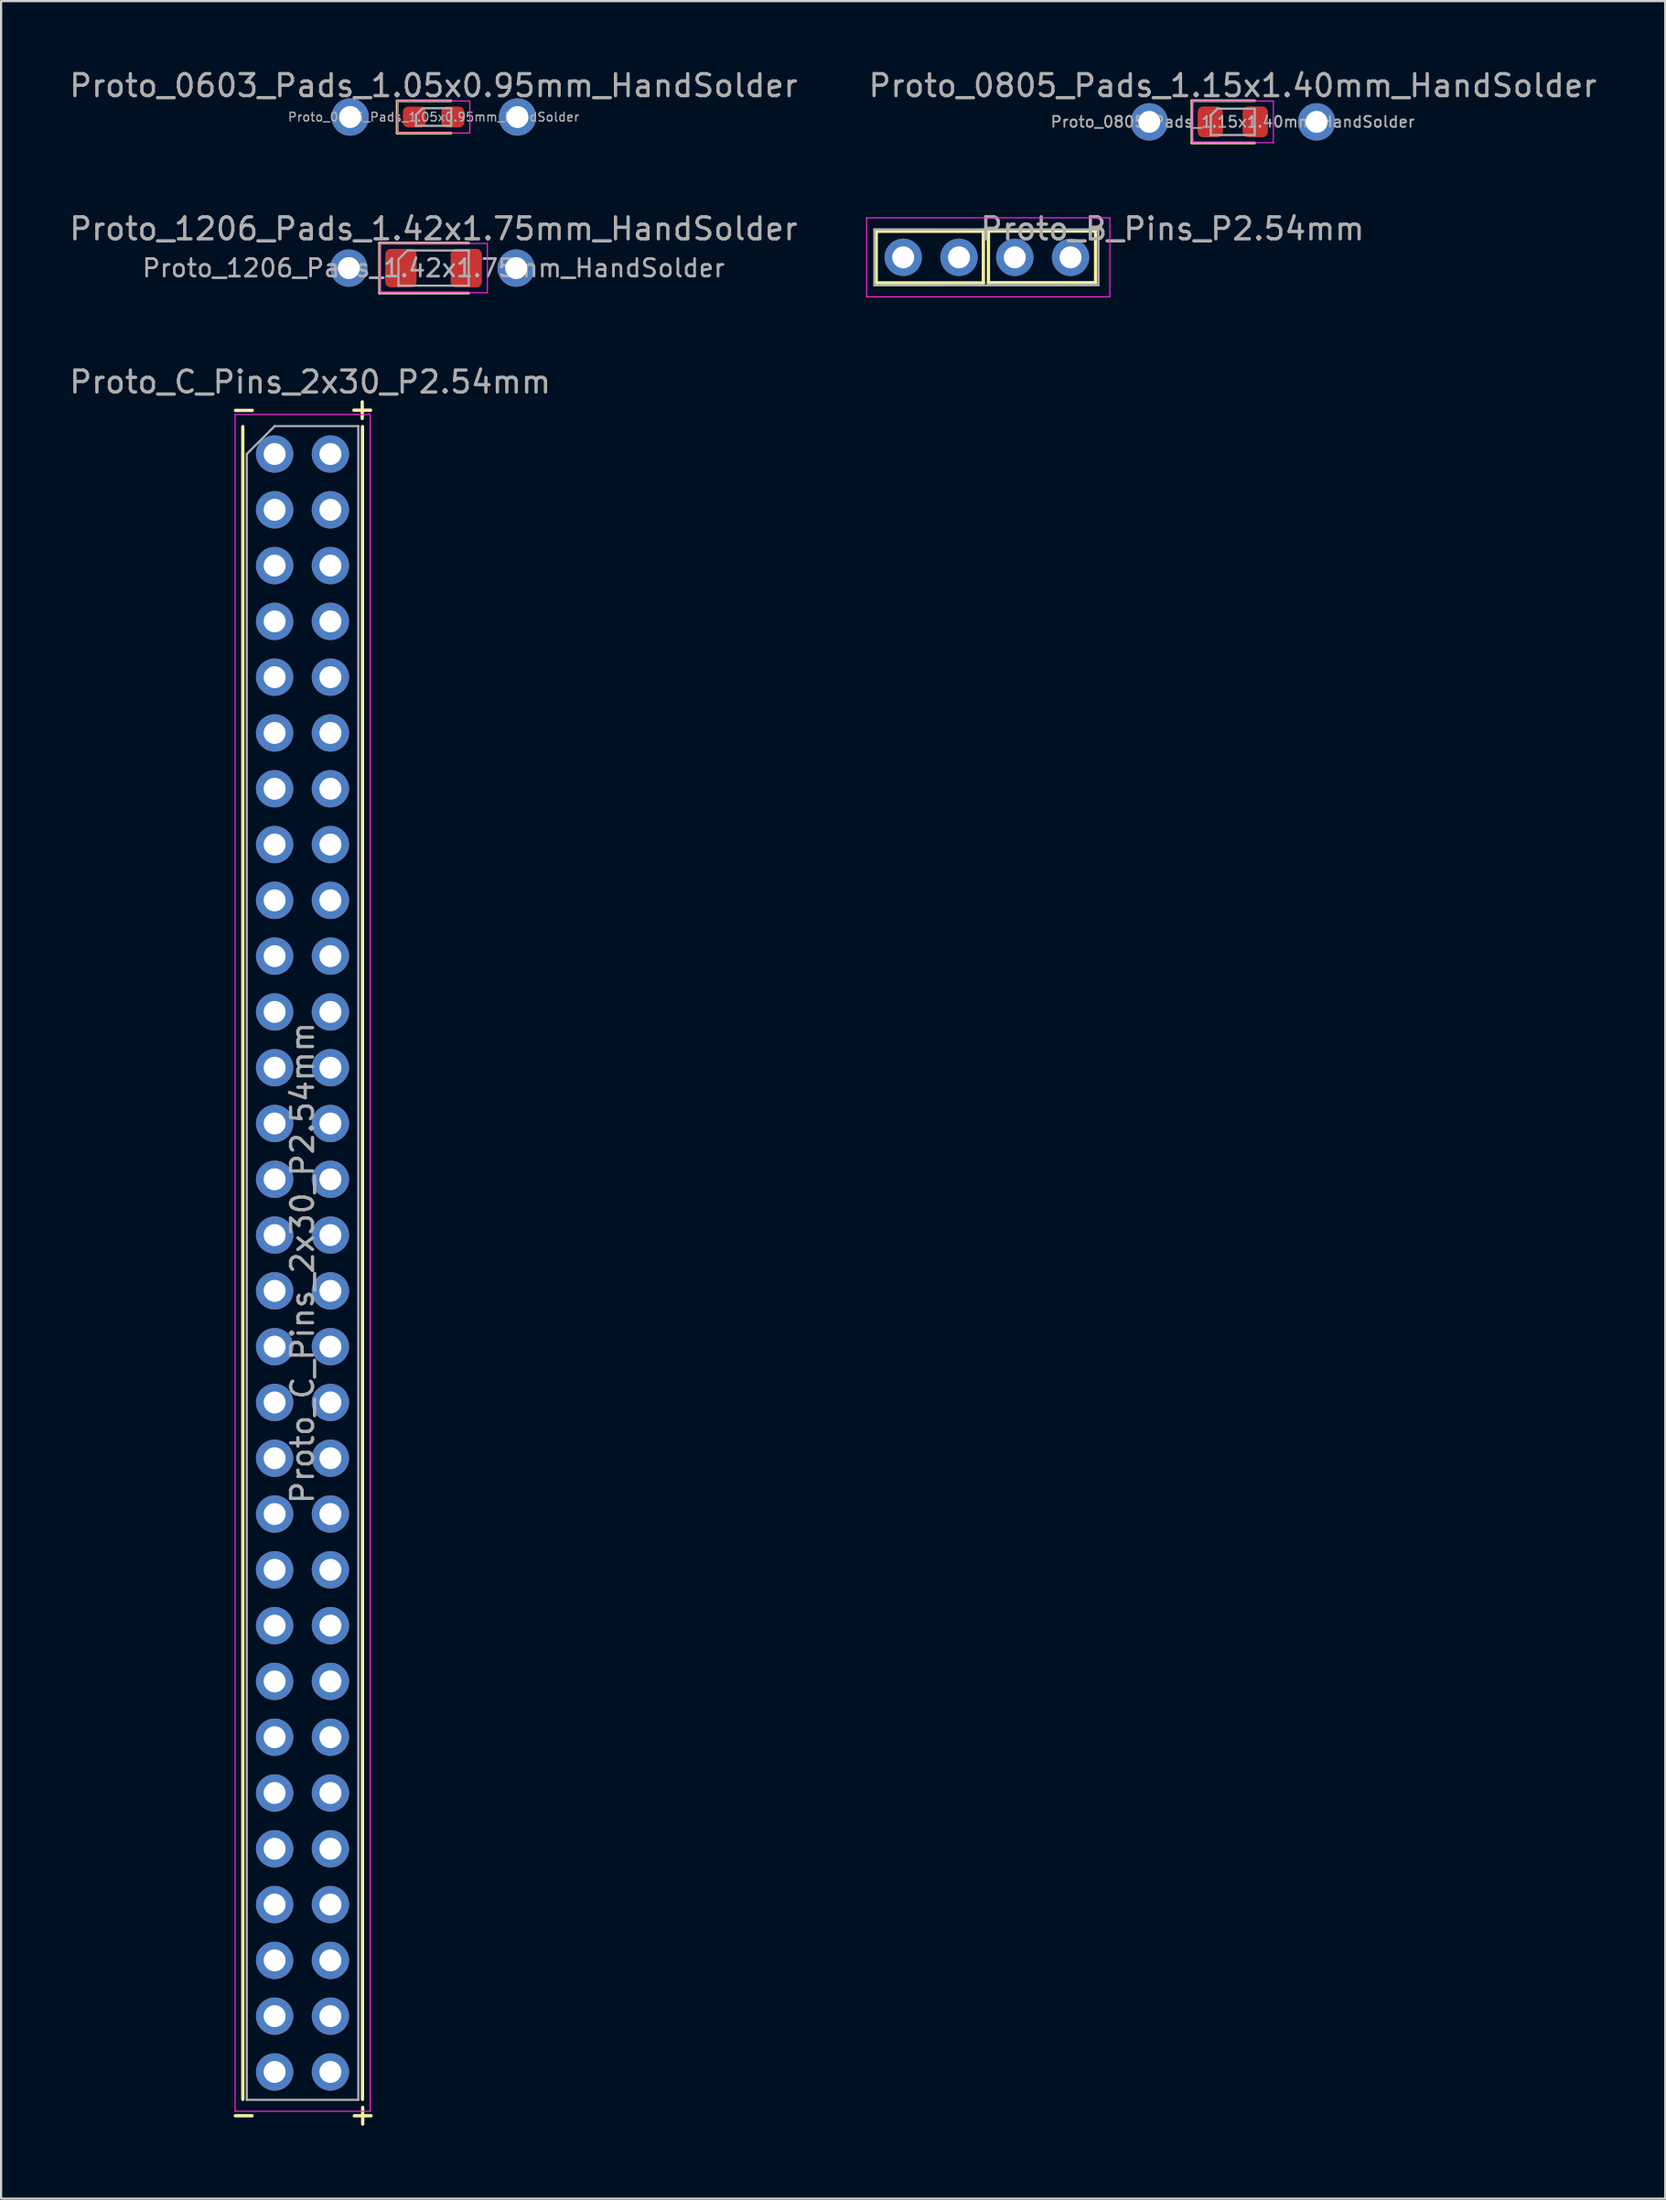
<source format=kicad_pcb>
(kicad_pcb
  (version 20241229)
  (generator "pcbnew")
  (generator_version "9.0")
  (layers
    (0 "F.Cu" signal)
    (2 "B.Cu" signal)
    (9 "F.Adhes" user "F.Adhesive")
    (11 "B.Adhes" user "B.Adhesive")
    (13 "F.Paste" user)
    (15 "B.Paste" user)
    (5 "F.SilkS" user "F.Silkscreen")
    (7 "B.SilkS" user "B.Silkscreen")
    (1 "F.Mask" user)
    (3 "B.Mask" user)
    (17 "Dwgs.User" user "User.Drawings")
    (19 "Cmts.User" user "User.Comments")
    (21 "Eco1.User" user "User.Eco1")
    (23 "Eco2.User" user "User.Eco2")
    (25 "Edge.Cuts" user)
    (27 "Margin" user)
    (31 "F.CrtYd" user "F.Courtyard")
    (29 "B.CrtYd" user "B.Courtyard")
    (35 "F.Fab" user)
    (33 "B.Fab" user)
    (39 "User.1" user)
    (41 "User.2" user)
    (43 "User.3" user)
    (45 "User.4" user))
  (footprint "Proto_0603_Pads_1.05x0.95mm_HandSolder"
    (layer "F.Cu")
    (at 16.696 2.278)
    (property "Reference" "Proto_0603_Pads_1.05x0.95mm_HandSolder" (at 0 -1.43 0) (layer "F.Fab") (effects (font (size 1 1) (thickness 0.15))))
    (attr smd)
    (fp_line (start -1.66 -0.735) (end -1.66 0.735) (stroke (width 0.12) (type solid)) (layer "F.SilkS"))
    (fp_line (start -1.66 0.735) (end 0.8 0.735) (stroke (width 0.12) (type solid)) (layer "F.SilkS"))
    (fp_line (start 0.8 -0.735) (end -1.66 -0.735) (stroke (width 0.12) (type solid)) (layer "F.SilkS"))
    (fp_line (start -1.65 -0.73) (end 1.65 -0.73) (stroke (width 0.05) (type solid)) (layer "F.CrtYd"))
    (fp_line (start -1.65 0.73) (end -1.65 -0.73) (stroke (width 0.05) (type solid)) (layer "F.CrtYd"))
    (fp_line (start 1.65 -0.73) (end 1.65 0.73) (stroke (width 0.05) (type solid)) (layer "F.CrtYd"))
    (fp_line (start 1.65 0.73) (end -1.65 0.73) (stroke (width 0.05) (type solid)) (layer "F.CrtYd"))
    (fp_line (start -0.8 -0.1) (end -0.8 0.4) (stroke (width 0.1) (type solid)) (layer "F.Fab"))
    (fp_line (start -0.8 0.4) (end 0.8 0.4) (stroke (width 0.1) (type solid)) (layer "F.Fab"))
    (fp_line (start -0.5 -0.4) (end -0.8 -0.1) (stroke (width 0.1) (type solid)) (layer "F.Fab"))
    (fp_line (start 0.8 -0.4) (end -0.5 -0.4) (stroke (width 0.1) (type solid)) (layer "F.Fab"))
    (fp_line (start 0.8 0.4) (end 0.8 -0.4) (stroke (width 0.1) (type solid)) (layer "F.Fab"))
    (fp_text user "${REFERENCE}" (at 0 0 0) (layer "F.Fab") (effects (font (size 0.4 0.4) (thickness 0.06))))
    (pad "1" thru_hole circle (at -3.8 0) (size 1.7 1.7) (drill 1) (layers "*.Cu" "*.Mask"))
    (pad "1" smd roundrect (at -0.875 0) (size 1.05 0.95) (layers "F.Cu" "F.Mask" "F.Paste") (roundrect_rratio 0.25))
    (pad "2" smd roundrect (at 0.875 0) (size 1.05 0.95) (layers "F.Cu" "F.Mask" "F.Paste") (roundrect_rratio 0.25))
    (pad "2" thru_hole circle (at 3.82 0) (size 1.7 1.7) (drill 1) (layers "*.Cu" "*.Mask")))
  (footprint "Proto_0805_Pads_1.15x1.40mm_HandSolder"
    (layer "F.Cu")
    (at 53.089 2.498)
    (property "Reference" "Proto_0805_Pads_1.15x1.40mm_HandSolder" (at 0 -1.65 0) (layer "F.Fab") (effects (font (size 1 1) (thickness 0.15))))
    (attr smd)
    (fp_line (start -1.86 -0.96) (end -1.86 0.96) (stroke (width 0.12) (type solid)) (layer "F.SilkS"))
    (fp_line (start -1.86 0.96) (end 1 0.96) (stroke (width 0.12) (type solid)) (layer "F.SilkS"))
    (fp_line (start 1 -0.96) (end -1.86 -0.96) (stroke (width 0.12) (type solid)) (layer "F.SilkS"))
    (fp_line (start -1.85 -0.95) (end 1.85 -0.95) (stroke (width 0.05) (type solid)) (layer "F.CrtYd"))
    (fp_line (start -1.85 0.95) (end -1.85 -0.95) (stroke (width 0.05) (type solid)) (layer "F.CrtYd"))
    (fp_line (start 1.85 -0.95) (end 1.85 0.95) (stroke (width 0.05) (type solid)) (layer "F.CrtYd"))
    (fp_line (start 1.85 0.95) (end -1.85 0.95) (stroke (width 0.05) (type solid)) (layer "F.CrtYd"))
    (fp_line (start -1 -0.3) (end -1 0.6) (stroke (width 0.1) (type solid)) (layer "F.Fab"))
    (fp_line (start -1 0.6) (end 1 0.6) (stroke (width 0.1) (type solid)) (layer "F.Fab"))
    (fp_line (start -0.7 -0.6) (end -1 -0.3) (stroke (width 0.1) (type solid)) (layer "F.Fab"))
    (fp_line (start 1 -0.6) (end -0.7 -0.6) (stroke (width 0.1) (type solid)) (layer "F.Fab"))
    (fp_line (start 1 0.6) (end 1 -0.6) (stroke (width 0.1) (type solid)) (layer "F.Fab"))
    (fp_text user "${REFERENCE}" (at 0 0 0) (layer "F.Fab") (effects (font (size 0.5 0.5) (thickness 0.08))))
    (pad "1" thru_hole circle (at -3.8 0) (size 1.7 1.7) (drill 1) (layers "*.Cu" "*.Mask"))
    (pad "1" smd roundrect (at -1.025 0) (size 1.15 1.4) (layers "F.Cu" "F.Mask" "F.Paste") (roundrect_rratio 0.217))
    (pad "2" smd roundrect (at 1.025 0) (size 1.15 1.4) (layers "F.Cu" "F.Mask" "F.Paste") (roundrect_rratio 0.217))
    (pad "2" thru_hole circle (at 3.82 0) (size 1.7 1.7) (drill 1) (layers "*.Cu" "*.Mask")))
  (footprint "Proto_C_Pins_2x30_P2.54mm"
    (layer "F.Cu")
    (at 9.457 17.62)
    (property "Reference" "Proto_C_Pins_2x30_P2.54mm" (at 1.62 -3.28 0) (layer "F.Fab") (effects (font (size 1 1) (thickness 0.15))))
    (attr through_hole)
    (fp_line (start -1.45 74.91) (end -1.45 -1.25) (stroke (width 0.15) (type solid)) (layer "F.SilkS"))
    (fp_line (start 4 74.91) (end 4 -1.25) (stroke (width 0.15) (type solid)) (layer "F.SilkS"))
    (fp_line (start -1.8 -1.8) (end -1.8 75.45) (stroke (width 0.05) (type solid)) (layer "F.CrtYd"))
    (fp_line (start -1.8 75.45) (end 4.35 75.45) (stroke (width 0.05) (type solid)) (layer "F.CrtYd"))
    (fp_line (start 4.35 -1.8) (end -1.8 -1.8) (stroke (width 0.05) (type solid)) (layer "F.CrtYd"))
    (fp_line (start 4.35 75.45) (end 4.35 -1.8) (stroke (width 0.05) (type solid)) (layer "F.CrtYd"))
    (fp_line (start -1.27 0) (end 0 -1.27) (stroke (width 0.1) (type solid)) (layer "F.Fab"))
    (fp_line (start -1.27 74.93) (end -1.27 0) (stroke (width 0.1) (type solid)) (layer "F.Fab"))
    (fp_line (start 0 -1.27) (end 3.81 -1.27) (stroke (width 0.1) (type solid)) (layer "F.Fab"))
    (fp_line (start 3.81 -1.27) (end 3.81 74.93) (stroke (width 0.1) (type solid)) (layer "F.Fab"))
    (fp_line (start 3.81 74.93) (end -1.27 74.93) (stroke (width 0.1) (type solid)) (layer "F.Fab"))
    (fp_text user "+" (at 4.01 75.58 0) (layer "F.SilkS") (effects (font (size 1 1) (thickness 0.15))))
    (fp_text user "-" (at -1.41 75.58 0) (layer "F.SilkS") (effects (font (size 1 1) (thickness 0.15))))
    (fp_text user "-" (at -1.4 -2.06 0) (layer "F.SilkS") (effects (font (size 1 1) (thickness 0.15))))
    (fp_text user "+" (at 3.99 -2.07 0) (layer "F.SilkS") (effects (font (size 1 1) (thickness 0.15))))
    (fp_text user "${REFERENCE}" (at 1.27 36.83 90) (layer "F.Fab") (effects (font (size 1 1) (thickness 0.15))))
    (pad "1" thru_hole oval (at 0 0) (size 1.7 1.7) (drill 1) (layers "*.Cu" "*.Mask"))
    (pad "2" thru_hole oval (at 2.54 0) (size 1.7 1.7) (drill 1) (layers "*.Cu" "*.Mask"))
    (pad "3" thru_hole oval (at 0 2.54) (size 1.7 1.7) (drill 1) (layers "*.Cu" "*.Mask"))
    (pad "4" thru_hole oval (at 2.54 2.54) (size 1.7 1.7) (drill 1) (layers "*.Cu" "*.Mask"))
    (pad "5" thru_hole oval (at 0 5.08) (size 1.7 1.7) (drill 1) (layers "*.Cu" "*.Mask"))
    (pad "6" thru_hole oval (at 2.54 5.08) (size 1.7 1.7) (drill 1) (layers "*.Cu" "*.Mask"))
    (pad "7" thru_hole oval (at 0 7.62) (size 1.7 1.7) (drill 1) (layers "*.Cu" "*.Mask"))
    (pad "8" thru_hole oval (at 2.54 7.62) (size 1.7 1.7) (drill 1) (layers "*.Cu" "*.Mask"))
    (pad "9" thru_hole oval (at 0 10.16) (size 1.7 1.7) (drill 1) (layers "*.Cu" "*.Mask"))
    (pad "10" thru_hole oval (at 2.54 10.16) (size 1.7 1.7) (drill 1) (layers "*.Cu" "*.Mask"))
    (pad "11" thru_hole oval (at 0 12.7) (size 1.7 1.7) (drill 1) (layers "*.Cu" "*.Mask"))
    (pad "12" thru_hole oval (at 2.54 12.7) (size 1.7 1.7) (drill 1) (layers "*.Cu" "*.Mask"))
    (pad "13" thru_hole oval (at 0 15.24) (size 1.7 1.7) (drill 1) (layers "*.Cu" "*.Mask"))
    (pad "14" thru_hole oval (at 2.54 15.24) (size 1.7 1.7) (drill 1) (layers "*.Cu" "*.Mask"))
    (pad "15" thru_hole oval (at 0 17.78) (size 1.7 1.7) (drill 1) (layers "*.Cu" "*.Mask"))
    (pad "16" thru_hole oval (at 2.54 17.78) (size 1.7 1.7) (drill 1) (layers "*.Cu" "*.Mask"))
    (pad "17" thru_hole oval (at 0 20.32) (size 1.7 1.7) (drill 1) (layers "*.Cu" "*.Mask"))
    (pad "18" thru_hole oval (at 2.54 20.32) (size 1.7 1.7) (drill 1) (layers "*.Cu" "*.Mask"))
    (pad "19" thru_hole oval (at 0 22.86) (size 1.7 1.7) (drill 1) (layers "*.Cu" "*.Mask"))
    (pad "20" thru_hole oval (at 2.54 22.86) (size 1.7 1.7) (drill 1) (layers "*.Cu" "*.Mask"))
    (pad "21" thru_hole oval (at 0 25.4) (size 1.7 1.7) (drill 1) (layers "*.Cu" "*.Mask"))
    (pad "22" thru_hole oval (at 2.54 25.4) (size 1.7 1.7) (drill 1) (layers "*.Cu" "*.Mask"))
    (pad "23" thru_hole oval (at 0 27.94) (size 1.7 1.7) (drill 1) (layers "*.Cu" "*.Mask"))
    (pad "24" thru_hole oval (at 2.54 27.94) (size 1.7 1.7) (drill 1) (layers "*.Cu" "*.Mask"))
    (pad "25" thru_hole oval (at 0 30.48) (size 1.7 1.7) (drill 1) (layers "*.Cu" "*.Mask"))
    (pad "26" thru_hole oval (at 2.54 30.48) (size 1.7 1.7) (drill 1) (layers "*.Cu" "*.Mask"))
    (pad "27" thru_hole oval (at 0 33.02) (size 1.7 1.7) (drill 1) (layers "*.Cu" "*.Mask"))
    (pad "28" thru_hole oval (at 2.54 33.02) (size 1.7 1.7) (drill 1) (layers "*.Cu" "*.Mask"))
    (pad "29" thru_hole oval (at 0 35.56) (size 1.7 1.7) (drill 1) (layers "*.Cu" "*.Mask"))
    (pad "30" thru_hole oval (at 2.54 35.56) (size 1.7 1.7) (drill 1) (layers "*.Cu" "*.Mask"))
    (pad "31" thru_hole oval (at 0 38.1) (size 1.7 1.7) (drill 1) (layers "*.Cu" "*.Mask"))
    (pad "32" thru_hole oval (at 2.54 38.1) (size 1.7 1.7) (drill 1) (layers "*.Cu" "*.Mask"))
    (pad "33" thru_hole oval (at 0 40.64) (size 1.7 1.7) (drill 1) (layers "*.Cu" "*.Mask"))
    (pad "34" thru_hole oval (at 2.54 40.64) (size 1.7 1.7) (drill 1) (layers "*.Cu" "*.Mask"))
    (pad "35" thru_hole oval (at 0 43.18) (size 1.7 1.7) (drill 1) (layers "*.Cu" "*.Mask"))
    (pad "36" thru_hole oval (at 2.54 43.18) (size 1.7 1.7) (drill 1) (layers "*.Cu" "*.Mask"))
    (pad "37" thru_hole oval (at 0 45.72) (size 1.7 1.7) (drill 1) (layers "*.Cu" "*.Mask"))
    (pad "38" thru_hole oval (at 2.54 45.72) (size 1.7 1.7) (drill 1) (layers "*.Cu" "*.Mask"))
    (pad "39" thru_hole oval (at 0 48.26) (size 1.7 1.7) (drill 1) (layers "*.Cu" "*.Mask"))
    (pad "40" thru_hole oval (at 2.54 48.26) (size 1.7 1.7) (drill 1) (layers "*.Cu" "*.Mask"))
    (pad "41" thru_hole oval (at 0 50.8) (size 1.7 1.7) (drill 1) (layers "*.Cu" "*.Mask"))
    (pad "42" thru_hole oval (at 2.54 50.8) (size 1.7 1.7) (drill 1) (layers "*.Cu" "*.Mask"))
    (pad "43" thru_hole oval (at 0 53.34) (size 1.7 1.7) (drill 1) (layers "*.Cu" "*.Mask"))
    (pad "44" thru_hole oval (at 2.54 53.34) (size 1.7 1.7) (drill 1) (layers "*.Cu" "*.Mask"))
    (pad "45" thru_hole oval (at 0 55.88) (size 1.7 1.7) (drill 1) (layers "*.Cu" "*.Mask"))
    (pad "46" thru_hole oval (at 2.54 55.88) (size 1.7 1.7) (drill 1) (layers "*.Cu" "*.Mask"))
    (pad "47" thru_hole oval (at 0 58.42) (size 1.7 1.7) (drill 1) (layers "*.Cu" "*.Mask"))
    (pad "48" thru_hole oval (at 2.54 58.42) (size 1.7 1.7) (drill 1) (layers "*.Cu" "*.Mask"))
    (pad "49" thru_hole oval (at 0 60.96) (size 1.7 1.7) (drill 1) (layers "*.Cu" "*.Mask"))
    (pad "50" thru_hole oval (at 2.54 60.96) (size 1.7 1.7) (drill 1) (layers "*.Cu" "*.Mask"))
    (pad "51" thru_hole oval (at 0 63.5) (size 1.7 1.7) (drill 1) (layers "*.Cu" "*.Mask"))
    (pad "52" thru_hole oval (at 2.54 63.5) (size 1.7 1.7) (drill 1) (layers "*.Cu" "*.Mask"))
    (pad "53" thru_hole oval (at 0 66.04) (size 1.7 1.7) (drill 1) (layers "*.Cu" "*.Mask"))
    (pad "54" thru_hole oval (at 2.54 66.04) (size 1.7 1.7) (drill 1) (layers "*.Cu" "*.Mask"))
    (pad "55" thru_hole oval (at 0 68.58) (size 1.7 1.7) (drill 1) (layers "*.Cu" "*.Mask"))
    (pad "56" thru_hole oval (at 2.54 68.58) (size 1.7 1.7) (drill 1) (layers "*.Cu" "*.Mask"))
    (pad "57" thru_hole oval (at 0 71.12) (size 1.7 1.7) (drill 1) (layers "*.Cu" "*.Mask"))
    (pad "58" thru_hole oval (at 2.54 71.12) (size 1.7 1.7) (drill 1) (layers "*.Cu" "*.Mask"))
    (pad "59" thru_hole oval (at 0 73.66) (size 1.7 1.7) (drill 1) (layers "*.Cu" "*.Mask"))
    (pad "60" thru_hole oval (at 2.54 73.66) (size 1.7 1.7) (drill 1) (layers "*.Cu" "*.Mask")))
  (footprint "Proto_B_Pins_P2.54mm"
    (layer "F.Cu")
    (at 41.893 8.666)
    (property "Reference" "Proto_B_Pins_P2.54mm" (at 8.45 -1.3 0) (layer "F.Fab") (effects (font (size 1 1) (thickness 0.15))))
    (attr through_hole)
    (fp_line (start -5.04 -1.185) (end -5.04 1.165) (stroke (width 0.15) (type solid)) (layer "F.SilkS"))
    (fp_line (start -5.04 -1.185) (end -0.16 -1.185) (stroke (width 0.15) (type solid)) (layer "F.SilkS"))
    (fp_line (start -0.16 -1.185) (end -0.16 1.165) (stroke (width 0.15) (type solid)) (layer "F.SilkS"))
    (fp_line (start -0.16 1.165) (end -5.04 1.165) (stroke (width 0.15) (type solid)) (layer "F.SilkS"))
    (fp_line (start 0.07 -1.195) (end 0.07 1.155) (stroke (width 0.15) (type solid)) (layer "F.SilkS"))
    (fp_line (start 0.07 -1.195) (end 4.95 -1.195) (stroke (width 0.15) (type solid)) (layer "F.SilkS"))
    (fp_line (start 4.95 -1.195) (end 4.95 1.155) (stroke (width 0.15) (type solid)) (layer "F.SilkS"))
    (fp_line (start 4.95 1.155) (end 0.07 1.155) (stroke (width 0.15) (type solid)) (layer "F.SilkS"))
    (fp_line (start -5.475 -1.8) (end -5.475 1.8) (stroke (width 0.05) (type solid)) (layer "F.CrtYd"))
    (fp_line (start -5.475 1.8) (end 5.6 1.8) (stroke (width 0.05) (type solid)) (layer "F.CrtYd"))
    (fp_line (start 5.6 -1.8) (end -5.475 -1.8) (stroke (width 0.05) (type solid)) (layer "F.CrtYd"))
    (fp_line (start 5.6 1.8) (end 5.6 -1.8) (stroke (width 0.05) (type solid)) (layer "F.CrtYd"))
    (fp_line (start -5.125 -1.275) (end 5.08 -1.27) (stroke (width 0.1) (type solid)) (layer "F.Fab"))
    (fp_line (start -5.125 1.275) (end -5.125 -1.275) (stroke (width 0.1) (type solid)) (layer "F.Fab"))
    (fp_line (start 5.08 -1.27) (end 5.08 1.27) (stroke (width 0.1) (type solid)) (layer "F.Fab"))
    (fp_line (start 5.08 1.27) (end -5.125 1.275) (stroke (width 0.1) (type solid)) (layer "F.Fab"))
    (pad "1" thru_hole oval (at -3.81 0 90) (size 1.7 1.7) (drill 1) (layers "*.Cu" "*.Mask"))
    (pad "1" thru_hole oval (at -1.27 0 90) (size 1.7 1.7) (drill 1) (layers "*.Cu" "*.Mask"))
    (pad "2" thru_hole oval (at 1.27 0 90) (size 1.7 1.7) (drill 1) (layers "*.Cu" "*.Mask"))
    (pad "2" thru_hole oval (at 3.81 0 90) (size 1.7 1.7) (drill 1) (layers "*.Cu" "*.Mask")))
  (footprint "Proto_1206_Pads_1.42x1.75mm_HandSolder"
    (layer "F.Cu")
    (at 16.696 9.156)
    (property "Reference" "Proto_1206_Pads_1.42x1.75mm_HandSolder" (at 0 -1.79 0) (layer "F.Fab") (effects (font (size 1 1) (thickness 0.15))))
    (attr smd)
    (fp_line (start -2.46 -1.135) (end -2.46 1.135) (stroke (width 0.12) (type solid)) (layer "F.SilkS"))
    (fp_line (start -2.46 1.135) (end 1.6 1.135) (stroke (width 0.12) (type solid)) (layer "F.SilkS"))
    (fp_line (start 1.6 -1.135) (end -2.46 -1.135) (stroke (width 0.12) (type solid)) (layer "F.SilkS"))
    (fp_line (start -2.45 -1.12) (end 2.45 -1.12) (stroke (width 0.05) (type solid)) (layer "F.CrtYd"))
    (fp_line (start -2.45 1.12) (end -2.45 -1.12) (stroke (width 0.05) (type solid)) (layer "F.CrtYd"))
    (fp_line (start 2.45 -1.12) (end 2.45 1.12) (stroke (width 0.05) (type solid)) (layer "F.CrtYd"))
    (fp_line (start 2.45 1.12) (end -2.45 1.12) (stroke (width 0.05) (type solid)) (layer "F.CrtYd"))
    (fp_line (start -1.6 -0.4) (end -1.6 0.8) (stroke (width 0.1) (type solid)) (layer "F.Fab"))
    (fp_line (start -1.6 0.8) (end 1.6 0.8) (stroke (width 0.1) (type solid)) (layer "F.Fab"))
    (fp_line (start -1.2 -0.8) (end -1.6 -0.4) (stroke (width 0.1) (type solid)) (layer "F.Fab"))
    (fp_line (start 1.6 -0.8) (end -1.2 -0.8) (stroke (width 0.1) (type solid)) (layer "F.Fab"))
    (fp_line (start 1.6 0.8) (end 1.6 -0.8) (stroke (width 0.1) (type solid)) (layer "F.Fab"))
    (fp_text user "${REFERENCE}" (at 0 0 0) (layer "F.Fab") (effects (font (size 0.8 0.8) (thickness 0.12))))
    (pad "1" thru_hole circle (at -3.86 0) (size 1.7 1.7) (drill 1) (layers "*.Cu" "*.Mask"))
    (pad "1" smd roundrect (at -1.488 0) (size 1.425 1.75) (layers "F.Cu" "F.Mask" "F.Paste") (roundrect_rratio 0.175))
    (pad "2" smd roundrect (at 1.488 0) (size 1.425 1.75) (layers "F.Cu" "F.Mask" "F.Paste") (roundrect_rratio 0.175))
    (pad "2" thru_hole circle (at 3.76 0) (size 1.7 1.7) (drill 1) (layers "*.Cu" "*.Mask")))
  (gr_rect
    (start -3 -3)
    (end 72.786 97.048)
    (stroke (width 0.1) (type default))
    (fill no)
    (layer "Edge.Cuts")))
</source>
